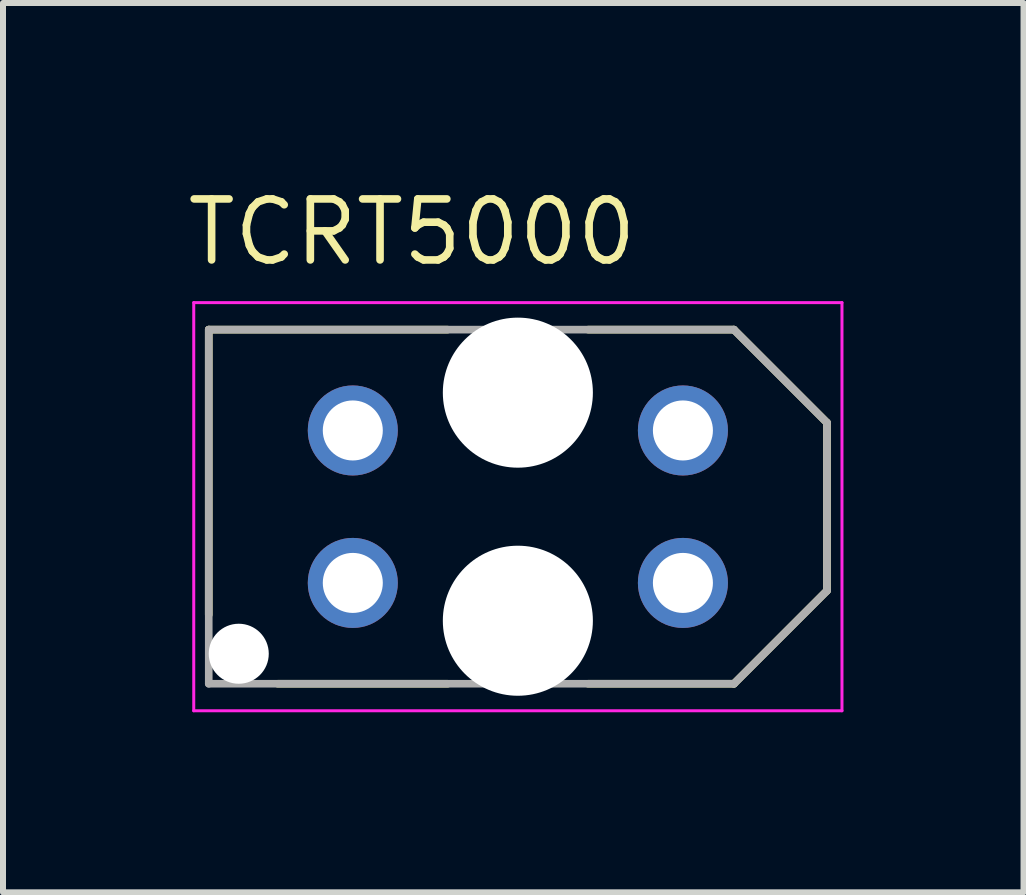
<source format=kicad_pcb>
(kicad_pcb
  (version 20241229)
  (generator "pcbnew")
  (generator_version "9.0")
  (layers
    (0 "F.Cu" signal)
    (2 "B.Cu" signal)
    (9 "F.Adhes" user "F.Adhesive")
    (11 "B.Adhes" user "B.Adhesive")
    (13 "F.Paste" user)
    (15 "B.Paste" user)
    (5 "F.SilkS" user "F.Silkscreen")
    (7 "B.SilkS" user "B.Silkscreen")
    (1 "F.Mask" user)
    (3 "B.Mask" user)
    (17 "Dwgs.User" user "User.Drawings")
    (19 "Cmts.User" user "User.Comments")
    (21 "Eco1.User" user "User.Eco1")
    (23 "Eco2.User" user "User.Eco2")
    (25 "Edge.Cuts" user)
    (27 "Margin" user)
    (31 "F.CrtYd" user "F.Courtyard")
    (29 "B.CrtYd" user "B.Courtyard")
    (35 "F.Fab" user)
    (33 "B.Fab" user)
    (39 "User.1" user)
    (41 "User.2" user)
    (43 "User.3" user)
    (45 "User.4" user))
  (footprint "TCRT5000"
    (layer "F.Cu")
    (at 5.578 5.392)
    (property "Reference" "TCRT5000" (at -1.764 -4.575 0) (layer "F.SilkS") (effects (font (size 1.016 1.016) (thickness 0.127))))
    (attr through_hole)
    (fp_line (start -5.15 -2.95) (end -1.17 -2.95) (stroke (width 0.127) (type solid)) (layer "F.SilkS"))
    (fp_line (start -5.15 1.8) (end -5.15 -2.95) (stroke (width 0.127) (type solid)) (layer "F.SilkS"))
    (fp_line (start -4 2.95) (end -1.17 2.95) (stroke (width 0.127) (type solid)) (layer "F.SilkS"))
    (fp_line (start 1.17 2.95) (end 3.6 2.95) (stroke (width 0.127) (type solid)) (layer "F.SilkS"))
    (fp_line (start 3.6 -2.95) (end 1.17 -2.95) (stroke (width 0.127) (type solid)) (layer "F.SilkS"))
    (fp_line (start 3.6 -2.95) (end 5.15 -1.4) (stroke (width 0.127) (type solid)) (layer "F.SilkS"))
    (fp_line (start 3.6 2.95) (end 5.15 1.4) (stroke (width 0.127) (type solid)) (layer "F.SilkS"))
    (fp_line (start 5.15 1.4) (end 5.15 -1.4) (stroke (width 0.127) (type solid)) (layer "F.SilkS"))
    (fp_line (start -5.4 -3.4) (end -5.4 3.4) (stroke (width 0.05) (type solid)) (layer "F.CrtYd"))
    (fp_line (start -5.4 3.4) (end 5.4 3.4) (stroke (width 0.05) (type solid)) (layer "F.CrtYd"))
    (fp_line (start 5.4 -3.4) (end -5.4 -3.4) (stroke (width 0.05) (type solid)) (layer "F.CrtYd"))
    (fp_line (start 5.4 3.4) (end 5.4 -3.4) (stroke (width 0.05) (type solid)) (layer "F.CrtYd"))
    (fp_line (start -5.15 -2.95) (end -5.15 2.95) (stroke (width 0.127) (type solid)) (layer "F.Fab"))
    (fp_line (start -5.15 2.95) (end 3.6 2.95) (stroke (width 0.127) (type solid)) (layer "F.Fab"))
    (fp_line (start 3.6 -2.95) (end -5.15 -2.95) (stroke (width 0.127) (type solid)) (layer "F.Fab"))
    (fp_line (start 3.6 -2.95) (end 5.15 -1.4) (stroke (width 0.127) (type solid)) (layer "F.Fab"))
    (fp_line (start 3.6 2.95) (end 5.15 1.4) (stroke (width 0.127) (type solid)) (layer "F.Fab"))
    (fp_line (start 5.15 1.4) (end 5.15 -1.4) (stroke (width 0.127) (type solid)) (layer "F.Fab"))
    (pad "" np_thru_hole circle (at -4.65 2.45) (size 1 1) (drill 1) (layers "*.Cu" "*.Mask"))
    (pad "" np_thru_hole circle (at 0 -1.9) (size 2.5 2.5) (drill 2.5) (layers "*.Cu" "*.Mask"))
    (pad "" np_thru_hole circle (at 0 1.9) (size 2.5 2.5) (drill 2.5) (layers "*.Cu" "*.Mask"))
    (pad "1" thru_hole circle (at 2.75 -1.27) (size 1.5 1.5) (drill 1) (layers "*.Cu" "*.Mask"))
    (pad "2" thru_hole circle (at 2.75 1.27) (size 1.5 1.5) (drill 1) (layers "*.Cu" "*.Mask"))
    (pad "3" thru_hole circle (at -2.75 -1.27) (size 1.5 1.5) (drill 1) (layers "*.Cu" "*.Mask"))
    (pad "4" thru_hole circle (at -2.75 1.27) (size 1.5 1.5) (drill 1) (layers "*.Cu" "*.Mask")))
  (gr_rect
    (start -3 -3)
    (end 14.003 11.817)
    (stroke (width 0.1) (type default))
    (fill no)
    (layer "Edge.Cuts")))
</source>
